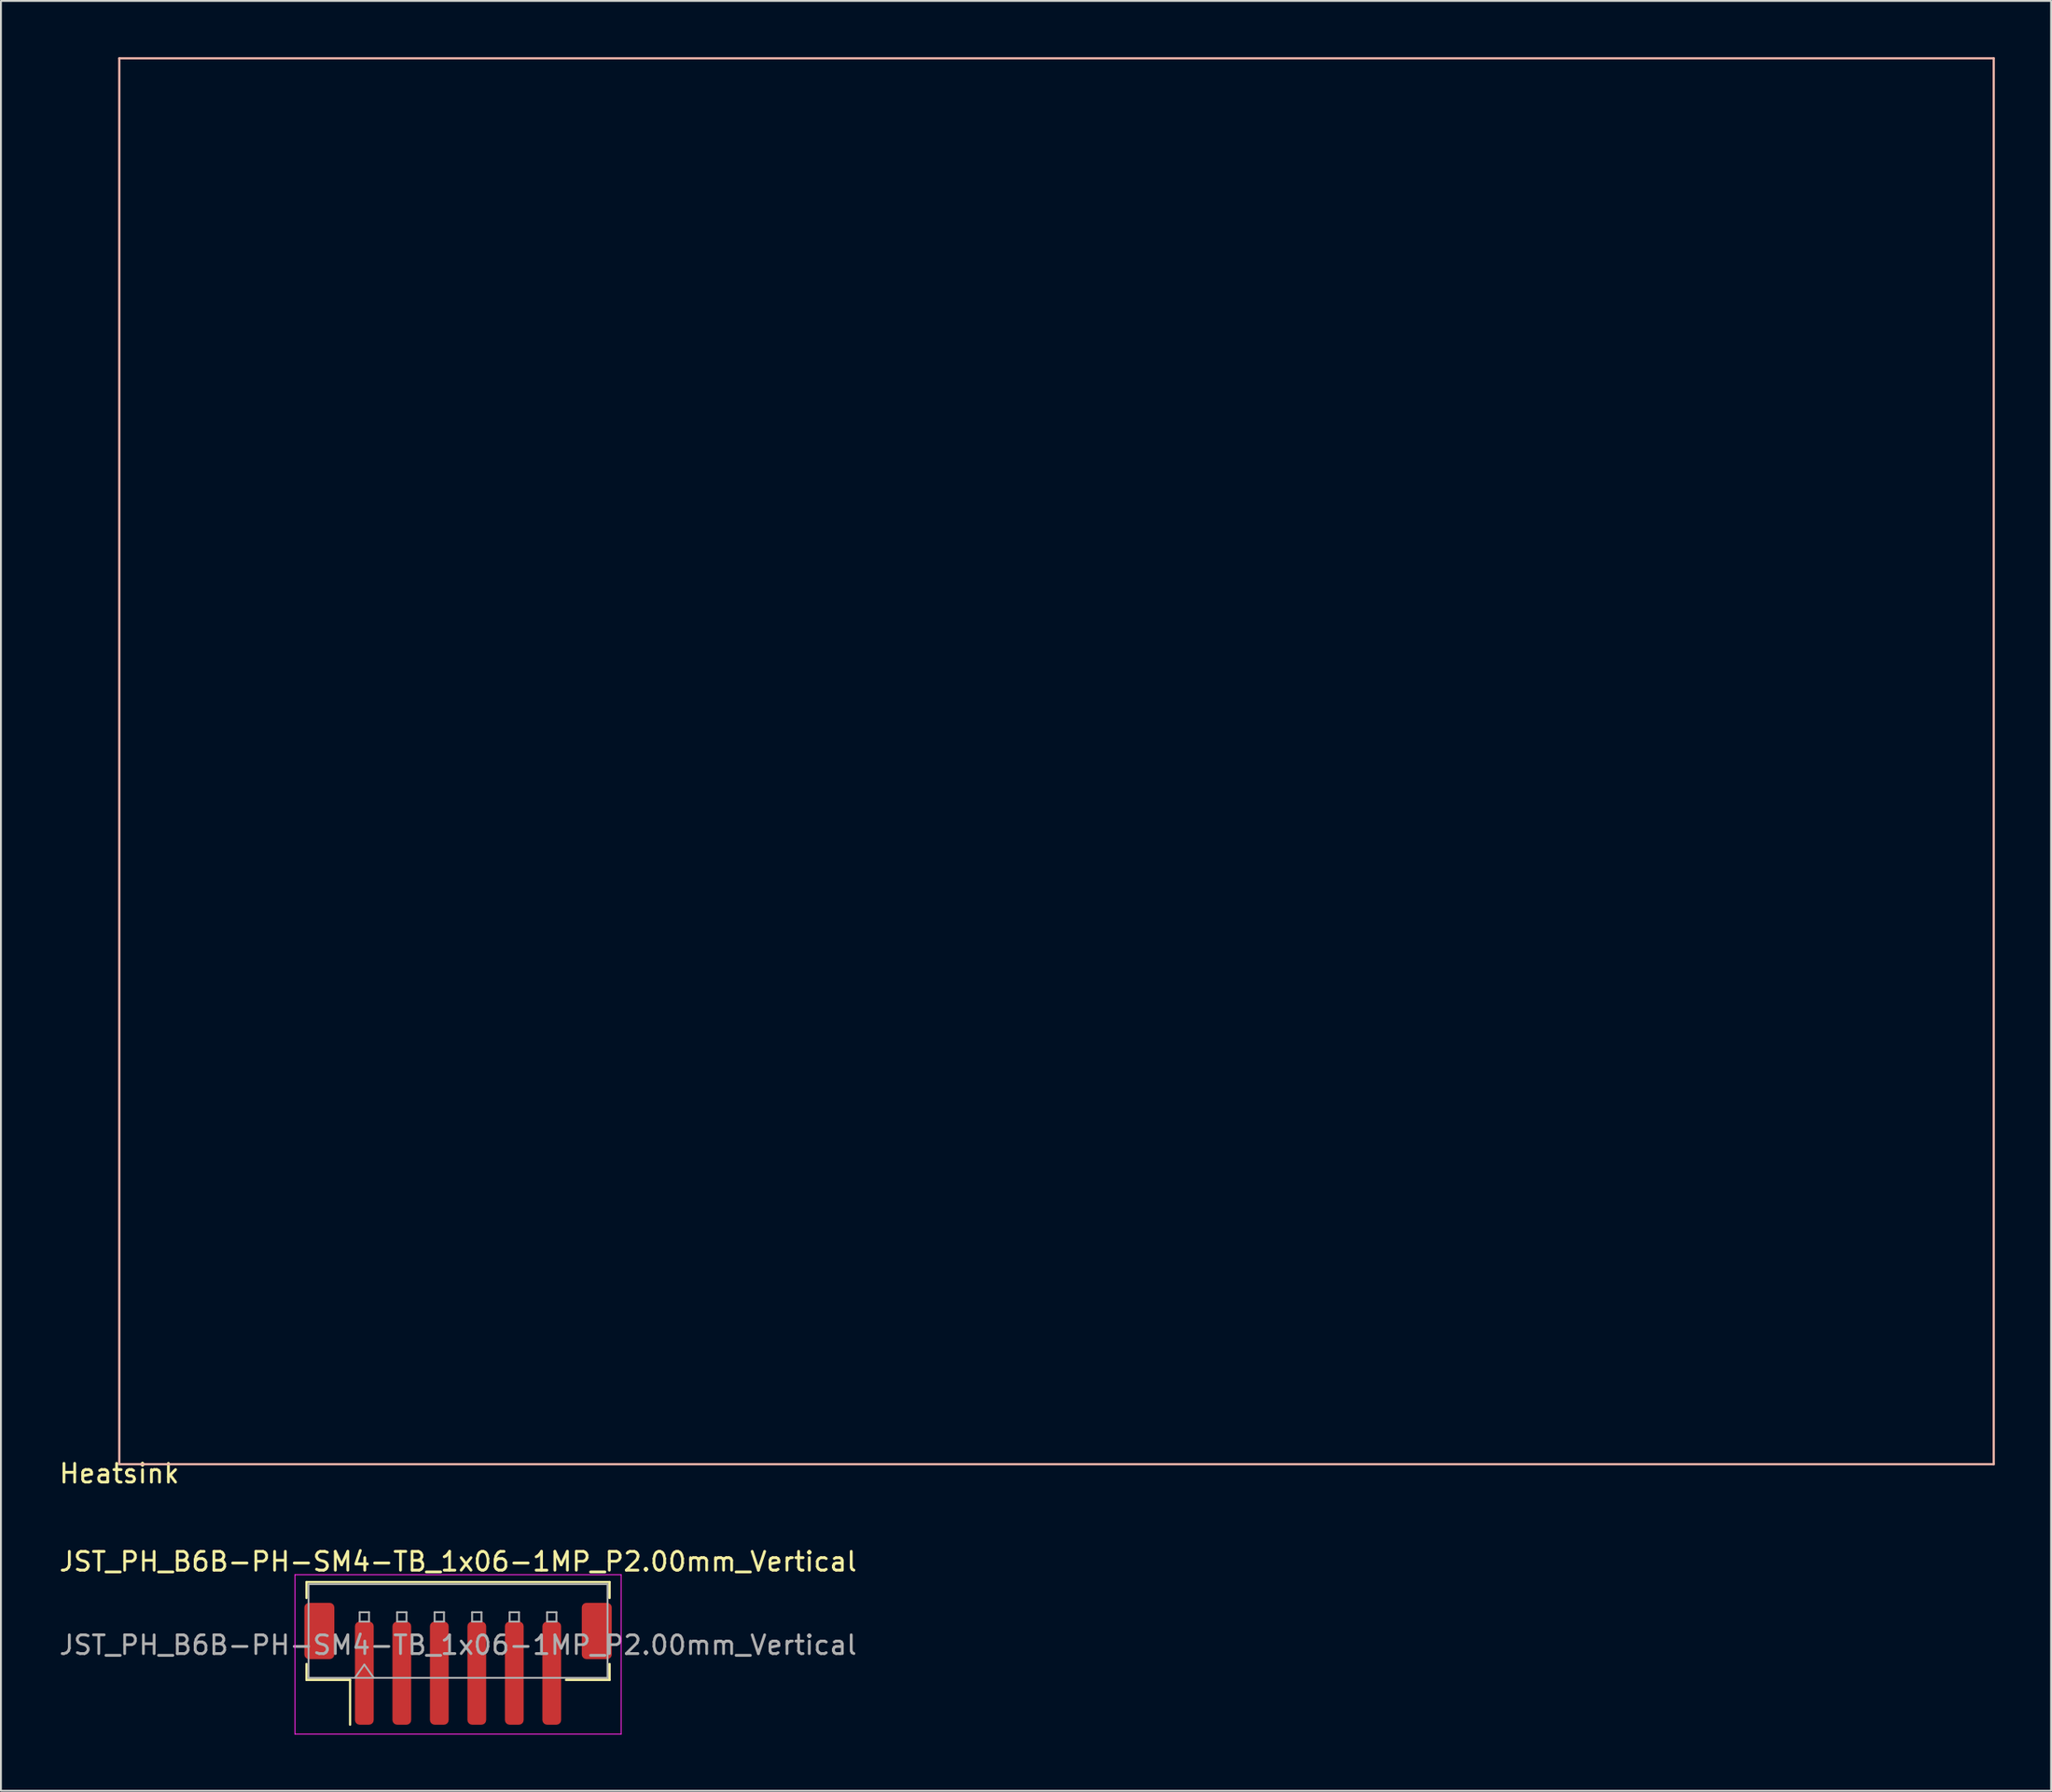
<source format=kicad_pcb>
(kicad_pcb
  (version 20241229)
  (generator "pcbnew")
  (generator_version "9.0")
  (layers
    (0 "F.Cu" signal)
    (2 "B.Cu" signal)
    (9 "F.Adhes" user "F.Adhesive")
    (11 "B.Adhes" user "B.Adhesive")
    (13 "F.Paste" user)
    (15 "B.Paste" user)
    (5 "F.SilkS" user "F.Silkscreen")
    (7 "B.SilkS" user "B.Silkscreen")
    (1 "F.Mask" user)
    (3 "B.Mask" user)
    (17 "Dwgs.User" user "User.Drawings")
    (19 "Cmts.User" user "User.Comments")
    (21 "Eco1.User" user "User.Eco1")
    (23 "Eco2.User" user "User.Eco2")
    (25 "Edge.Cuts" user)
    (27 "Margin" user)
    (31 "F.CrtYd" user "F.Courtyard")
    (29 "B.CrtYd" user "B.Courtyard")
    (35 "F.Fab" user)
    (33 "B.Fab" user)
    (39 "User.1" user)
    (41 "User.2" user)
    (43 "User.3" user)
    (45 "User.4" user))
  (footprint "JST_PH_B6B-PH-SM4-TB_1x06-1MP_P2.00mm_Vertical"
    (layer "F.Cu")
    (at 21.387 85.707)
    (property "Reference" "JST_PH_B6B-PH-SM4-TB_1x06-1MP_P2.00mm_Vertical" (at 0 -5.45 0) (layer "F.SilkS") (effects (font (size 1 1) (thickness 0.15))))
    (attr smd)
    (fp_line (start -8.085 -4.36) (end 8.085 -4.36) (stroke (width 0.12) (type solid)) (layer "F.SilkS"))
    (fp_line (start -8.085 -3.51) (end -8.085 -4.36) (stroke (width 0.12) (type solid)) (layer "F.SilkS"))
    (fp_line (start -8.085 0.01) (end -8.085 0.86) (stroke (width 0.12) (type solid)) (layer "F.SilkS"))
    (fp_line (start -8.085 0.86) (end -5.76 0.86) (stroke (width 0.12) (type solid)) (layer "F.SilkS"))
    (fp_line (start -5.76 0.86) (end -5.76 3.25) (stroke (width 0.12) (type solid)) (layer "F.SilkS"))
    (fp_line (start 8.085 -4.36) (end 8.085 -3.51) (stroke (width 0.12) (type solid)) (layer "F.SilkS"))
    (fp_line (start 8.085 0.01) (end 8.085 0.86) (stroke (width 0.12) (type solid)) (layer "F.SilkS"))
    (fp_line (start 8.085 0.86) (end 5.76 0.86) (stroke (width 0.12) (type solid)) (layer "F.SilkS"))
    (fp_line (start -8.7 -4.75) (end -8.7 3.75) (stroke (width 0.05) (type solid)) (layer "F.CrtYd"))
    (fp_line (start -8.7 3.75) (end 8.7 3.75) (stroke (width 0.05) (type solid)) (layer "F.CrtYd"))
    (fp_line (start 8.7 -4.75) (end -8.7 -4.75) (stroke (width 0.05) (type solid)) (layer "F.CrtYd"))
    (fp_line (start 8.7 3.75) (end 8.7 -4.75) (stroke (width 0.05) (type solid)) (layer "F.CrtYd"))
    (fp_line (start -7.975 -4.25) (end 7.975 -4.25) (stroke (width 0.1) (type solid)) (layer "F.Fab"))
    (fp_line (start -7.975 0.75) (end -7.975 -4.25) (stroke (width 0.1) (type solid)) (layer "F.Fab"))
    (fp_line (start -7.975 0.75) (end 7.975 0.75) (stroke (width 0.1) (type solid)) (layer "F.Fab"))
    (fp_line (start -5.5 0.75) (end -5 0.043) (stroke (width 0.1) (type solid)) (layer "F.Fab"))
    (fp_line (start -5.25 -2.75) (end -5.25 -2.25) (stroke (width 0.1) (type solid)) (layer "F.Fab"))
    (fp_line (start -5.25 -2.25) (end -4.75 -2.25) (stroke (width 0.1) (type solid)) (layer "F.Fab"))
    (fp_line (start -5 0.043) (end -4.5 0.75) (stroke (width 0.1) (type solid)) (layer "F.Fab"))
    (fp_line (start -4.75 -2.75) (end -5.25 -2.75) (stroke (width 0.1) (type solid)) (layer "F.Fab"))
    (fp_line (start -4.75 -2.25) (end -4.75 -2.75) (stroke (width 0.1) (type solid)) (layer "F.Fab"))
    (fp_line (start -3.25 -2.75) (end -3.25 -2.25) (stroke (width 0.1) (type solid)) (layer "F.Fab"))
    (fp_line (start -3.25 -2.25) (end -2.75 -2.25) (stroke (width 0.1) (type solid)) (layer "F.Fab"))
    (fp_line (start -2.75 -2.75) (end -3.25 -2.75) (stroke (width 0.1) (type solid)) (layer "F.Fab"))
    (fp_line (start -2.75 -2.25) (end -2.75 -2.75) (stroke (width 0.1) (type solid)) (layer "F.Fab"))
    (fp_line (start -1.25 -2.75) (end -1.25 -2.25) (stroke (width 0.1) (type solid)) (layer "F.Fab"))
    (fp_line (start -1.25 -2.25) (end -0.75 -2.25) (stroke (width 0.1) (type solid)) (layer "F.Fab"))
    (fp_line (start -0.75 -2.75) (end -1.25 -2.75) (stroke (width 0.1) (type solid)) (layer "F.Fab"))
    (fp_line (start -0.75 -2.25) (end -0.75 -2.75) (stroke (width 0.1) (type solid)) (layer "F.Fab"))
    (fp_line (start 0.75 -2.75) (end 0.75 -2.25) (stroke (width 0.1) (type solid)) (layer "F.Fab"))
    (fp_line (start 0.75 -2.25) (end 1.25 -2.25) (stroke (width 0.1) (type solid)) (layer "F.Fab"))
    (fp_line (start 1.25 -2.75) (end 0.75 -2.75) (stroke (width 0.1) (type solid)) (layer "F.Fab"))
    (fp_line (start 1.25 -2.25) (end 1.25 -2.75) (stroke (width 0.1) (type solid)) (layer "F.Fab"))
    (fp_line (start 2.75 -2.75) (end 2.75 -2.25) (stroke (width 0.1) (type solid)) (layer "F.Fab"))
    (fp_line (start 2.75 -2.25) (end 3.25 -2.25) (stroke (width 0.1) (type solid)) (layer "F.Fab"))
    (fp_line (start 3.25 -2.75) (end 2.75 -2.75) (stroke (width 0.1) (type solid)) (layer "F.Fab"))
    (fp_line (start 3.25 -2.25) (end 3.25 -2.75) (stroke (width 0.1) (type solid)) (layer "F.Fab"))
    (fp_line (start 4.75 -2.75) (end 4.75 -2.25) (stroke (width 0.1) (type solid)) (layer "F.Fab"))
    (fp_line (start 4.75 -2.25) (end 5.25 -2.25) (stroke (width 0.1) (type solid)) (layer "F.Fab"))
    (fp_line (start 5.25 -2.75) (end 4.75 -2.75) (stroke (width 0.1) (type solid)) (layer "F.Fab"))
    (fp_line (start 5.25 -2.25) (end 5.25 -2.75) (stroke (width 0.1) (type solid)) (layer "F.Fab"))
    (fp_line (start 7.975 0.75) (end 7.975 -4.25) (stroke (width 0.1) (type solid)) (layer "F.Fab"))
    (fp_text user "${REFERENCE}" (at 0 -1 0) (layer "F.Fab") (effects (font (size 1 1) (thickness 0.15))))
    (pad "1" smd roundrect (at -5 0.5) (size 1 5.5) (layers "F.Cu" "F.Mask" "F.Paste") (roundrect_rratio 0.25))
    (pad "2" smd roundrect (at -3 0.5) (size 1 5.5) (layers "F.Cu" "F.Mask" "F.Paste") (roundrect_rratio 0.25))
    (pad "3" smd roundrect (at -1 0.5) (size 1 5.5) (layers "F.Cu" "F.Mask" "F.Paste") (roundrect_rratio 0.25))
    (pad "4" smd roundrect (at 1 0.5) (size 1 5.5) (layers "F.Cu" "F.Mask" "F.Paste") (roundrect_rratio 0.25))
    (pad "5" smd roundrect (at 3 0.5) (size 1 5.5) (layers "F.Cu" "F.Mask" "F.Paste") (roundrect_rratio 0.25))
    (pad "6" smd roundrect (at 5 0.5) (size 1 5.5) (layers "F.Cu" "F.Mask" "F.Paste") (roundrect_rratio 0.25))
    (pad "7" smd roundrect (at -7.4 -1.75) (size 1.6 3) (layers "F.Cu" "F.Mask" "F.Paste") (roundrect_rratio 0.156))
    (pad "7" smd roundrect (at 7.4 -1.75) (size 1.6 3) (layers "F.Cu" "F.Mask" "F.Paste") (roundrect_rratio 0.156)))
  (footprint "Heatsink"
    (layer "F.Cu")
    (at 3.315 75.06)
    (property "Reference" "Heatsink" (at 0 0.5 0) (layer "F.SilkS") (effects (font (size 1 1) (thickness 0.15))))
    (attr through_hole)
    (fp_line (start 0 -75) (end 100 -75) (stroke (width 0.12) (type solid)) (layer "B.SilkS"))
    (fp_line (start 0 0) (end 0 -75) (stroke (width 0.12) (type solid)) (layer "B.SilkS"))
    (fp_line (start 100 -75) (end 100 0) (stroke (width 0.12) (type solid)) (layer "B.SilkS"))
    (fp_line (start 100 0) (end 0 0) (stroke (width 0.12) (type solid)) (layer "B.SilkS")))
  (gr_rect
    (start -3 -3)
    (end 106.375 92.481)
    (stroke (width 0.1) (type default))
    (fill no)
    (layer "Edge.Cuts")))
</source>
